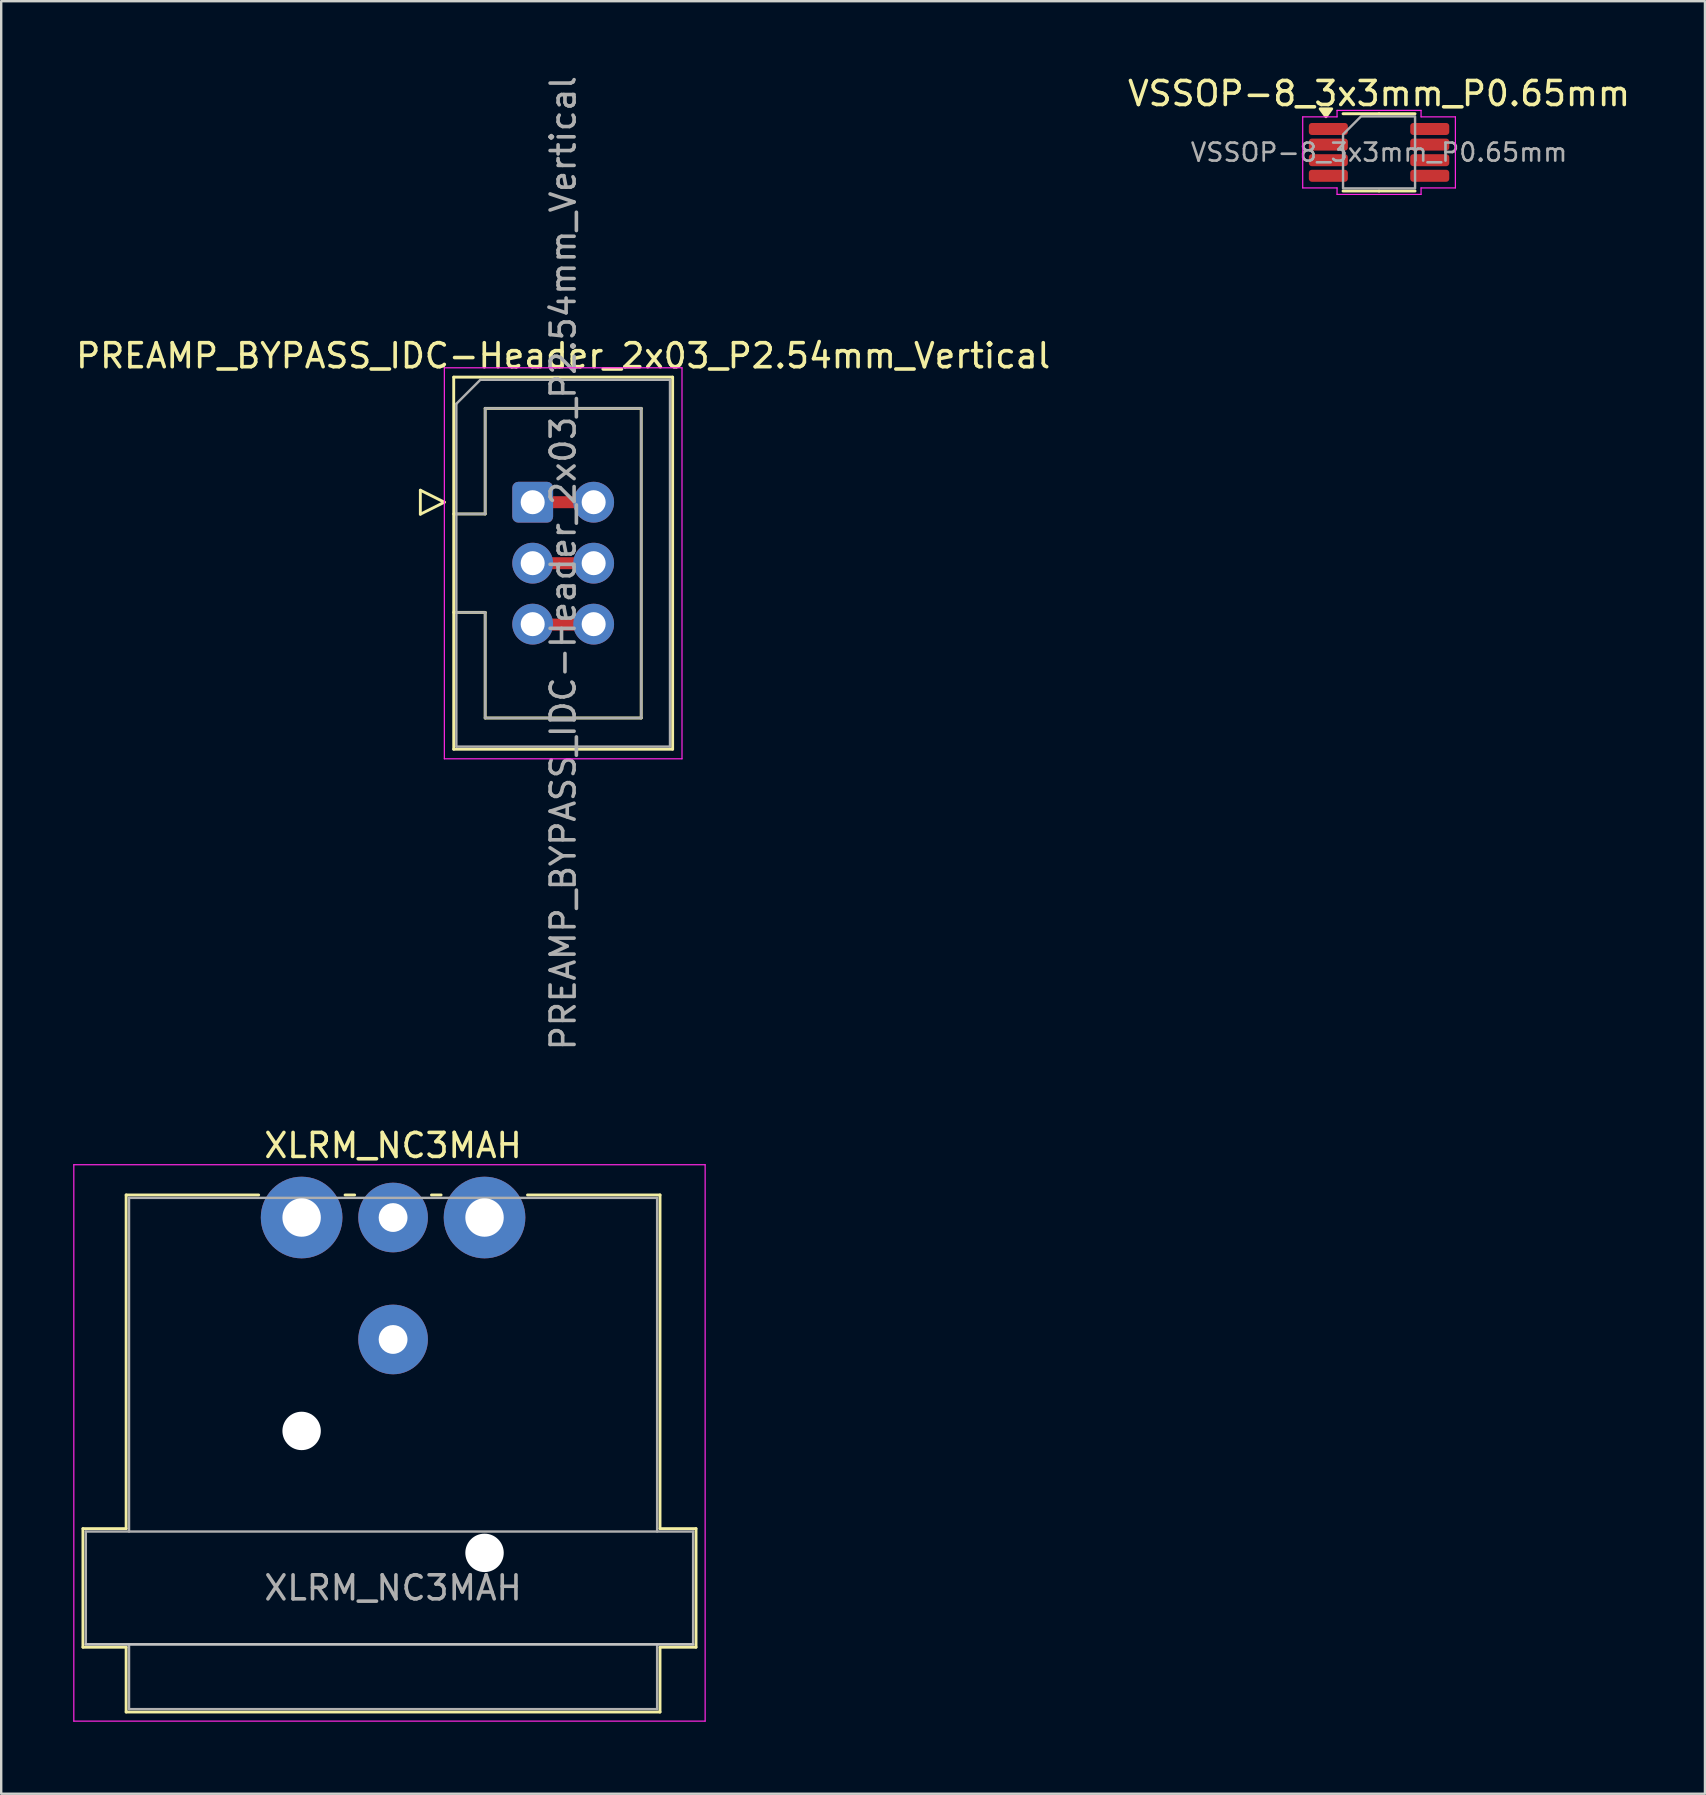
<source format=kicad_pcb>
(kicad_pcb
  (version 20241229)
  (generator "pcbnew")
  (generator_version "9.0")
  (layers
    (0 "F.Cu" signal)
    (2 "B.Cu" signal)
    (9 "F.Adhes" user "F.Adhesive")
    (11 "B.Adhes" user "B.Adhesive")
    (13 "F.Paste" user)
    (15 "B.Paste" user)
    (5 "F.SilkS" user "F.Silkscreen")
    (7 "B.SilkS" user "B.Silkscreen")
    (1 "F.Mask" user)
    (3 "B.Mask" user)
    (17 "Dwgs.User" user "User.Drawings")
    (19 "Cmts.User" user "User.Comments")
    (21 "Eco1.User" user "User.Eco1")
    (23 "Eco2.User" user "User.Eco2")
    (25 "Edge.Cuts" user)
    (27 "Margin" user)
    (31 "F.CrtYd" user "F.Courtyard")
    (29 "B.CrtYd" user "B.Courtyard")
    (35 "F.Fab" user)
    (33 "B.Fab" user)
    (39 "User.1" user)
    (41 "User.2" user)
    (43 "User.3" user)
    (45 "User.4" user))
  (footprint "XLRM_NC3MAH"
    (layer "F.Cu")
    (at 9.515 47.67)
    (property "Reference" "XLRM_NC3MAH" (at 3.81 -3 0) (layer "F.SilkS") (effects (font (size 1 1) (thickness 0.15))))
    (attr through_hole)
    (fp_line (start -9.11 12.96) (end -7.31 12.96) (stroke (width 0.12) (type solid)) (layer "F.SilkS"))
    (fp_line (start -9.11 17.9) (end -9.11 12.96) (stroke (width 0.12) (type solid)) (layer "F.SilkS"))
    (fp_line (start -7.31 12.96) (end -7.31 -0.94) (stroke (width 0.12) (type solid)) (layer "F.SilkS"))
    (fp_line (start -7.31 17.9) (end -9.11 17.9) (stroke (width 0.12) (type solid)) (layer "F.SilkS"))
    (fp_line (start -7.31 17.9) (end -7.31 20.6) (stroke (width 0.12) (type solid)) (layer "F.SilkS"))
    (fp_line (start -1.79 -0.94) (end -7.31 -0.94) (stroke (width 0.12) (type solid)) (layer "F.SilkS"))
    (fp_line (start 2.21 -0.94) (end 1.81 -0.94) (stroke (width 0.12) (type solid)) (layer "F.SilkS"))
    (fp_line (start 5.41 -0.94) (end 5.81 -0.94) (stroke (width 0.12) (type solid)) (layer "F.SilkS"))
    (fp_line (start 14.93 -0.94) (end 9.41 -0.94) (stroke (width 0.12) (type solid)) (layer "F.SilkS"))
    (fp_line (start 14.93 12.96) (end 14.93 -0.94) (stroke (width 0.12) (type solid)) (layer "F.SilkS"))
    (fp_line (start 14.93 12.96) (end 16.43 12.96) (stroke (width 0.12) (type solid)) (layer "F.SilkS"))
    (fp_line (start 14.93 17.9) (end 14.93 20.6) (stroke (width 0.12) (type solid)) (layer "F.SilkS"))
    (fp_line (start 14.93 20.6) (end -7.31 20.6) (stroke (width 0.12) (type solid)) (layer "F.SilkS"))
    (fp_line (start 16.43 17.9) (end 14.93 17.9) (stroke (width 0.12) (type solid)) (layer "F.SilkS"))
    (fp_line (start 16.43 17.9) (end 16.43 12.96) (stroke (width 0.12) (type solid)) (layer "F.SilkS"))
    (fp_line (start 16.31 17.78) (end -8.99 17.78) (stroke (width 0.1) (type solid)) (layer "Dwgs.User"))
    (fp_line (start -9.49 20.98) (end -9.49 -2.2) (stroke (width 0.05) (type solid)) (layer "F.CrtYd"))
    (fp_line (start 16.81 -2.2) (end -9.49 -2.2) (stroke (width 0.05) (type solid)) (layer "F.CrtYd"))
    (fp_line (start 16.81 20.98) (end -9.49 20.98) (stroke (width 0.05) (type solid)) (layer "F.CrtYd"))
    (fp_line (start 16.81 20.98) (end 16.81 -2.2) (stroke (width 0.05) (type solid)) (layer "F.CrtYd"))
    (fp_line (start -8.99 13.08) (end 16.31 13.08) (stroke (width 0.1) (type solid)) (layer "F.Fab"))
    (fp_line (start -8.99 17.78) (end -8.99 13.08) (stroke (width 0.1) (type solid)) (layer "F.Fab"))
    (fp_line (start -7.19 -0.82) (end -7.19 13.08) (stroke (width 0.1) (type solid)) (layer "F.Fab"))
    (fp_line (start -7.19 20.48) (end -7.19 17.78) (stroke (width 0.1) (type solid)) (layer "F.Fab"))
    (fp_line (start 14.81 -0.82) (end -7.19 -0.82) (stroke (width 0.1) (type solid)) (layer "F.Fab"))
    (fp_line (start 14.81 13.08) (end 14.81 -0.82) (stroke (width 0.1) (type solid)) (layer "F.Fab"))
    (fp_line (start 14.81 17.78) (end 14.81 20.48) (stroke (width 0.1) (type solid)) (layer "F.Fab"))
    (fp_line (start 14.81 20.48) (end -7.19 20.48) (stroke (width 0.1) (type solid)) (layer "F.Fab"))
    (fp_line (start 16.31 13.08) (end 16.31 17.78) (stroke (width 0.1) (type solid)) (layer "F.Fab"))
    (fp_line (start 16.31 17.78) (end -8.99 17.78) (stroke (width 0.1) (type solid)) (layer "F.Fab"))
    (fp_text user "${REFERENCE}" (at 3.81 15.43 0) (layer "F.Fab") (effects (font (size 1 1) (thickness 0.15))))
    (pad "" np_thru_hole circle (at 0 8.89) (size 1.6 1.6) (drill 1.6) (layers "*.Cu" "*.Mask"))
    (pad "" np_thru_hole circle (at 7.62 13.97) (size 1.6 1.6) (drill 1.6) (layers "*.Cu" "*.Mask"))
    (pad "1" thru_hole circle (at 0 0) (size 3.4 3.4) (drill 1.6) (layers "*.Cu" "*.Mask"))
    (pad "2" thru_hole circle (at 7.62 0) (size 3.4 3.4) (drill 1.6) (layers "*.Cu" "*.Mask"))
    (pad "3" thru_hole circle (at 3.81 0) (size 2.9 2.9) (drill 1.2) (layers "*.Cu" "*.Mask"))
    (pad "G" thru_hole circle (at 3.81 5.08) (size 2.9 2.9) (drill 1.2) (layers "*.Cu" "*.Mask")))
  (footprint "PREAMP_BYPASS_IDC-Header_2x03_P2.54mm_Vertical"
    (layer "F.Cu")
    (at 19.141 17.871)
    (property "Reference" "PREAMP_BYPASS_IDC-Header_2x03_P2.54mm_Vertical" (at 1.27 -6.1 0) (layer "F.SilkS") (effects (font (size 1 1) (thickness 0.15))))
    (attr through_hole)
    (fp_line (start -0.02 5.1) (end 2.52 5.1) (stroke (width 0.5) (type solid)) (layer "F.Cu"))
    (fp_line (start 0 0) (end 2.54 0) (stroke (width 0.5) (type solid)) (layer "F.Cu"))
    (fp_line (start 0.03 2.54) (end 2.57 2.54) (stroke (width 0.5) (type solid)) (layer "F.Cu"))
    (fp_line (start -0.02 5.1) (end 2.52 5.1) (stroke (width 0.8) (type solid)) (layer "F.Mask"))
    (fp_line (start 0 0) (end 2.54 0) (stroke (width 0.8) (type solid)) (layer "F.Mask"))
    (fp_line (start 0.03 2.54) (end 2.57 2.54) (stroke (width 0.8) (type solid)) (layer "F.Mask"))
    (fp_line (start -4.68 -0.5) (end -4.68 0.5) (stroke (width 0.12) (type solid)) (layer "F.SilkS"))
    (fp_line (start -4.68 0.5) (end -3.68 0) (stroke (width 0.12) (type solid)) (layer "F.SilkS"))
    (fp_line (start -3.68 0) (end -4.68 -0.5) (stroke (width 0.12) (type solid)) (layer "F.SilkS"))
    (fp_line (start -3.29 -5.21) (end 5.83 -5.21) (stroke (width 0.12) (type solid)) (layer "F.SilkS"))
    (fp_line (start -3.29 0.49) (end -1.98 0.49) (stroke (width 0.12) (type solid)) (layer "F.SilkS"))
    (fp_line (start -3.29 10.29) (end -3.29 -5.21) (stroke (width 0.12) (type solid)) (layer "F.SilkS"))
    (fp_line (start -1.98 -3.91) (end 4.52 -3.91) (stroke (width 0.12) (type solid)) (layer "F.SilkS"))
    (fp_line (start -1.98 0.49) (end -1.98 -3.91) (stroke (width 0.12) (type solid)) (layer "F.SilkS"))
    (fp_line (start -1.98 4.59) (end -3.29 4.59) (stroke (width 0.12) (type solid)) (layer "F.SilkS"))
    (fp_line (start -1.98 8.99) (end -1.98 4.59) (stroke (width 0.12) (type solid)) (layer "F.SilkS"))
    (fp_line (start 4.52 -3.91) (end 4.52 8.99) (stroke (width 0.12) (type solid)) (layer "F.SilkS"))
    (fp_line (start 4.52 8.99) (end -1.98 8.99) (stroke (width 0.12) (type solid)) (layer "F.SilkS"))
    (fp_line (start 5.83 -5.21) (end 5.83 10.29) (stroke (width 0.12) (type solid)) (layer "F.SilkS"))
    (fp_line (start 5.83 10.29) (end -3.29 10.29) (stroke (width 0.12) (type solid)) (layer "F.SilkS"))
    (fp_line (start -3.68 -5.6) (end -3.68 10.69) (stroke (width 0.05) (type solid)) (layer "F.CrtYd"))
    (fp_line (start -3.68 10.69) (end 6.22 10.69) (stroke (width 0.05) (type solid)) (layer "F.CrtYd"))
    (fp_line (start 6.22 -5.6) (end -3.68 -5.6) (stroke (width 0.05) (type solid)) (layer "F.CrtYd"))
    (fp_line (start 6.22 10.69) (end 6.22 -5.6) (stroke (width 0.05) (type solid)) (layer "F.CrtYd"))
    (fp_line (start -3.18 -4.1) (end -2.18 -5.1) (stroke (width 0.1) (type solid)) (layer "F.Fab"))
    (fp_line (start -3.18 0.49) (end -1.98 0.49) (stroke (width 0.1) (type solid)) (layer "F.Fab"))
    (fp_line (start -3.18 10.18) (end -3.18 -4.1) (stroke (width 0.1) (type solid)) (layer "F.Fab"))
    (fp_line (start -2.18 -5.1) (end 5.72 -5.1) (stroke (width 0.1) (type solid)) (layer "F.Fab"))
    (fp_line (start -1.98 -3.91) (end 4.52 -3.91) (stroke (width 0.1) (type solid)) (layer "F.Fab"))
    (fp_line (start -1.98 0.49) (end -1.98 -3.91) (stroke (width 0.1) (type solid)) (layer "F.Fab"))
    (fp_line (start -1.98 4.59) (end -3.18 4.59) (stroke (width 0.1) (type solid)) (layer "F.Fab"))
    (fp_line (start -1.98 8.99) (end -1.98 4.59) (stroke (width 0.1) (type solid)) (layer "F.Fab"))
    (fp_line (start 4.52 -3.91) (end 4.52 8.99) (stroke (width 0.1) (type solid)) (layer "F.Fab"))
    (fp_line (start 4.52 8.99) (end -1.98 8.99) (stroke (width 0.1) (type solid)) (layer "F.Fab"))
    (fp_line (start 5.72 -5.1) (end 5.72 10.18) (stroke (width 0.1) (type solid)) (layer "F.Fab"))
    (fp_line (start 5.72 10.18) (end -3.18 10.18) (stroke (width 0.1) (type solid)) (layer "F.Fab"))
    (fp_text user "${REFERENCE}" (at 1.27 2.54 90) (layer "F.Fab") (effects (font (size 1 1) (thickness 0.15))))
    (pad "1" thru_hole roundrect (at 0 0) (size 1.7 1.7) (drill 1) (layers "*.Cu" "*.Mask") (roundrect_rratio 0.147))
    (pad "2" thru_hole circle (at 2.54 0) (size 1.7 1.7) (drill 1) (layers "*.Cu" "*.Mask"))
    (pad "3" thru_hole circle (at 0 2.54) (size 1.7 1.7) (drill 1) (layers "*.Cu" "*.Mask"))
    (pad "4" thru_hole circle (at 2.54 2.54) (size 1.7 1.7) (drill 1) (layers "*.Cu" "*.Mask"))
    (pad "5" thru_hole circle (at 0 5.08) (size 1.7 1.7) (drill 1) (layers "*.Cu" "*.Mask"))
    (pad "6" thru_hole circle (at 2.54 5.08) (size 1.7 1.7) (drill 1) (layers "*.Cu" "*.Mask")))
  (footprint "VSSOP-8_3x3mm_P0.65mm"
    (layer "F.Cu")
    (at 54.399 3.298)
    (property "Reference" "VSSOP-8_3x3mm_P0.65mm" (at 0 -2.45 0) (layer "F.SilkS") (effects (font (size 1 1) (thickness 0.15))))
    (attr smd)
    (fp_line (start 0 -1.61) (end -1.5 -1.61) (stroke (width 0.12) (type solid)) (layer "F.SilkS"))
    (fp_line (start 0 -1.61) (end 1.5 -1.61) (stroke (width 0.12) (type solid)) (layer "F.SilkS"))
    (fp_line (start 0 1.61) (end -1.5 1.61) (stroke (width 0.12) (type solid)) (layer "F.SilkS"))
    (fp_line (start 0 1.61) (end 1.5 1.61) (stroke (width 0.12) (type solid)) (layer "F.SilkS"))
    (fp_poly (pts (xy -2.212 -1.485) (xy -2.453 -1.815) (xy -1.972 -1.815)) (stroke (width 0.12) (type solid)) (fill yes) (layer "F.SilkS"))
    (fp_line (start -3.18 -1.48) (end -1.75 -1.48) (stroke (width 0.05) (type solid)) (layer "F.CrtYd"))
    (fp_line (start -3.18 1.48) (end -3.18 -1.48) (stroke (width 0.05) (type solid)) (layer "F.CrtYd"))
    (fp_line (start -1.75 -1.75) (end 1.75 -1.75) (stroke (width 0.05) (type solid)) (layer "F.CrtYd"))
    (fp_line (start -1.75 -1.48) (end -1.75 -1.75) (stroke (width 0.05) (type solid)) (layer "F.CrtYd"))
    (fp_line (start -1.75 1.48) (end -3.18 1.48) (stroke (width 0.05) (type solid)) (layer "F.CrtYd"))
    (fp_line (start -1.75 1.75) (end -1.75 1.48) (stroke (width 0.05) (type solid)) (layer "F.CrtYd"))
    (fp_line (start 1.75 -1.75) (end 1.75 -1.48) (stroke (width 0.05) (type solid)) (layer "F.CrtYd"))
    (fp_line (start 1.75 -1.48) (end 3.18 -1.48) (stroke (width 0.05) (type solid)) (layer "F.CrtYd"))
    (fp_line (start 1.75 1.48) (end 1.75 1.75) (stroke (width 0.05) (type solid)) (layer "F.CrtYd"))
    (fp_line (start 1.75 1.75) (end -1.75 1.75) (stroke (width 0.05) (type solid)) (layer "F.CrtYd"))
    (fp_line (start 3.18 -1.48) (end 3.18 1.48) (stroke (width 0.05) (type solid)) (layer "F.CrtYd"))
    (fp_line (start 3.18 1.48) (end 1.75 1.48) (stroke (width 0.05) (type solid)) (layer "F.CrtYd"))
    (fp_poly (pts (xy -1.5 -0.75) (xy -1.5 1.5) (xy 1.5 1.5) (xy 1.5 -1.5) (xy -0.75 -1.5)) (stroke (width 0.1) (type solid)) (fill no) (layer "F.Fab"))
    (fp_text user "${REFERENCE}" (at 0 0 0) (layer "F.Fab") (effects (font (size 0.75 0.75) (thickness 0.11))))
    (pad "1" smd roundrect (at -2.112 -0.975) (size 1.625 0.5) (layers "F.Cu" "F.Mask" "F.Paste") (roundrect_rratio 0.25))
    (pad "2" smd roundrect (at -2.112 -0.325) (size 1.625 0.5) (layers "F.Cu" "F.Mask" "F.Paste") (roundrect_rratio 0.25))
    (pad "3" smd roundrect (at -2.112 0.325) (size 1.625 0.5) (layers "F.Cu" "F.Mask" "F.Paste") (roundrect_rratio 0.25))
    (pad "4" smd roundrect (at -2.112 0.975) (size 1.625 0.5) (layers "F.Cu" "F.Mask" "F.Paste") (roundrect_rratio 0.25))
    (pad "5" smd roundrect (at 2.112 0.975) (size 1.625 0.5) (layers "F.Cu" "F.Mask" "F.Paste") (roundrect_rratio 0.25))
    (pad "6" smd roundrect (at 2.112 0.325) (size 1.625 0.5) (layers "F.Cu" "F.Mask" "F.Paste") (roundrect_rratio 0.25))
    (pad "7" smd roundrect (at 2.112 -0.325) (size 1.625 0.5) (layers "F.Cu" "F.Mask" "F.Paste") (roundrect_rratio 0.25))
    (pad "8" smd roundrect (at 2.112 -0.975) (size 1.625 0.5) (layers "F.Cu" "F.Mask" "F.Paste") (roundrect_rratio 0.25)))
  (gr_rect
    (start -3 -3)
    (end 67.976 71.675)
    (stroke (width 0.1) (type default))
    (fill no)
    (layer "Edge.Cuts")))
</source>
